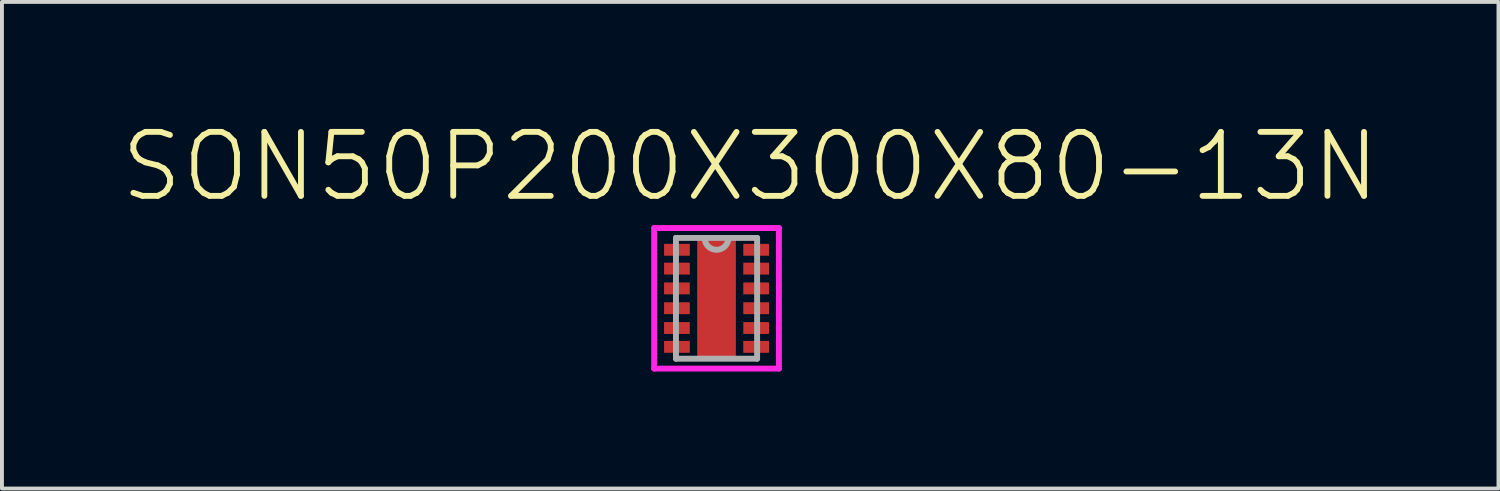
<source format=kicad_pcb>
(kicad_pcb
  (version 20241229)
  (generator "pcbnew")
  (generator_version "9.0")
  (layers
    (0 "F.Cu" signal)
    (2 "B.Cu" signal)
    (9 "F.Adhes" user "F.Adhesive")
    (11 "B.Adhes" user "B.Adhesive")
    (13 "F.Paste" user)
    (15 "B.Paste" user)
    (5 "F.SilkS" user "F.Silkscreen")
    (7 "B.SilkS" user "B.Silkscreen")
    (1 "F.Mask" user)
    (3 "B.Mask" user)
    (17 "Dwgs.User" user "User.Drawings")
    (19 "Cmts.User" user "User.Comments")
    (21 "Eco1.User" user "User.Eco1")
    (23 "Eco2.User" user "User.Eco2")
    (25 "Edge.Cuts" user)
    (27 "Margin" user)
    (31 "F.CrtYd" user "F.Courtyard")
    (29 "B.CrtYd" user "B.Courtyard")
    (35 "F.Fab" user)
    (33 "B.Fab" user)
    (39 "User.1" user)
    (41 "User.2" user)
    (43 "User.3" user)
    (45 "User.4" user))
  (footprint "SON50P200X300X80-13N"
    (layer "F.Cu")
    (at 15.332 4.603)
    (property "Reference" "SON50P200X300X80-13N" (at 0.864 -3.38 0) (layer "F.SilkS") (effects (font (size 1.641 1.641) (thickness 0.15))))
    (attr smd)
    (fp_line (start -1.6 -1.803) (end 1.6 -1.803) (stroke (width 0.152) (type solid)) (layer "F.CrtYd"))
    (fp_line (start -1.6 1.803) (end -1.6 -1.803) (stroke (width 0.152) (type solid)) (layer "F.CrtYd"))
    (fp_line (start 1.6 -1.803) (end 1.6 1.803) (stroke (width 0.152) (type solid)) (layer "F.CrtYd"))
    (fp_line (start 1.6 1.803) (end -1.6 1.803) (stroke (width 0.152) (type solid)) (layer "F.CrtYd"))
    (fp_line (start -1.041 -1.549) (end -1.041 1.549) (stroke (width 0.152) (type solid)) (layer "F.Fab"))
    (fp_line (start -1.041 1.549) (end 1.041 1.549) (stroke (width 0.152) (type solid)) (layer "F.Fab"))
    (fp_line (start -0.305 -1.549) (end -1.041 -1.549) (stroke (width 0.152) (type solid)) (layer "F.Fab"))
    (fp_line (start 0.305 -1.549) (end -0.305 -1.549) (stroke (width 0.152) (type solid)) (layer "F.Fab"))
    (fp_line (start 1.041 -1.549) (end 0.305 -1.549) (stroke (width 0.152) (type solid)) (layer "F.Fab"))
    (fp_line (start 1.041 1.549) (end 1.041 -1.549) (stroke (width 0.152) (type solid)) (layer "F.Fab"))
    (fp_arc (start 0.3048 -1.5494) (mid 0 -1.2446) (end -0.3048 -1.5494) (stroke (width 0.1524) (type solid)) (layer "F.Fab"))
    (pad "1" smd rect (at -1.016 -1.245) (size 0.66 0.305) (layers "F.Cu" "F.Mask" "F.Paste"))
    (pad "2" smd rect (at -1.016 -0.762) (size 0.66 0.305) (layers "F.Cu" "F.Mask" "F.Paste"))
    (pad "3" smd rect (at -1.016 -0.254) (size 0.66 0.305) (layers "F.Cu" "F.Mask" "F.Paste"))
    (pad "4" smd rect (at -1.016 0.254) (size 0.66 0.305) (layers "F.Cu" "F.Mask" "F.Paste"))
    (pad "5" smd rect (at -1.016 0.762) (size 0.66 0.305) (layers "F.Cu" "F.Mask" "F.Paste"))
    (pad "6" smd rect (at -1.016 1.245) (size 0.66 0.305) (layers "F.Cu" "F.Mask" "F.Paste"))
    (pad "7" smd rect (at 1.016 1.245) (size 0.66 0.305) (layers "F.Cu" "F.Mask" "F.Paste"))
    (pad "8" smd rect (at 1.016 0.762) (size 0.66 0.305) (layers "F.Cu" "F.Mask" "F.Paste"))
    (pad "9" smd rect (at 1.016 0.254) (size 0.66 0.305) (layers "F.Cu" "F.Mask" "F.Paste"))
    (pad "10" smd rect (at 1.016 -0.254) (size 0.66 0.305) (layers "F.Cu" "F.Mask" "F.Paste"))
    (pad "11" smd rect (at 1.016 -0.762) (size 0.66 0.305) (layers "F.Cu" "F.Mask" "F.Paste"))
    (pad "12" smd rect (at 1.016 -1.245) (size 0.66 0.305) (layers "F.Cu" "F.Mask" "F.Paste"))
    (pad "13" smd rect (at 0 0) (size 0.991 3.099) (layers "F.Cu" "F.Mask" "F.Paste")))
  (gr_rect
    (start -3 -3)
    (end 35.392 9.483)
    (stroke (width 0.1) (type default))
    (fill no)
    (layer "Edge.Cuts")))
</source>
